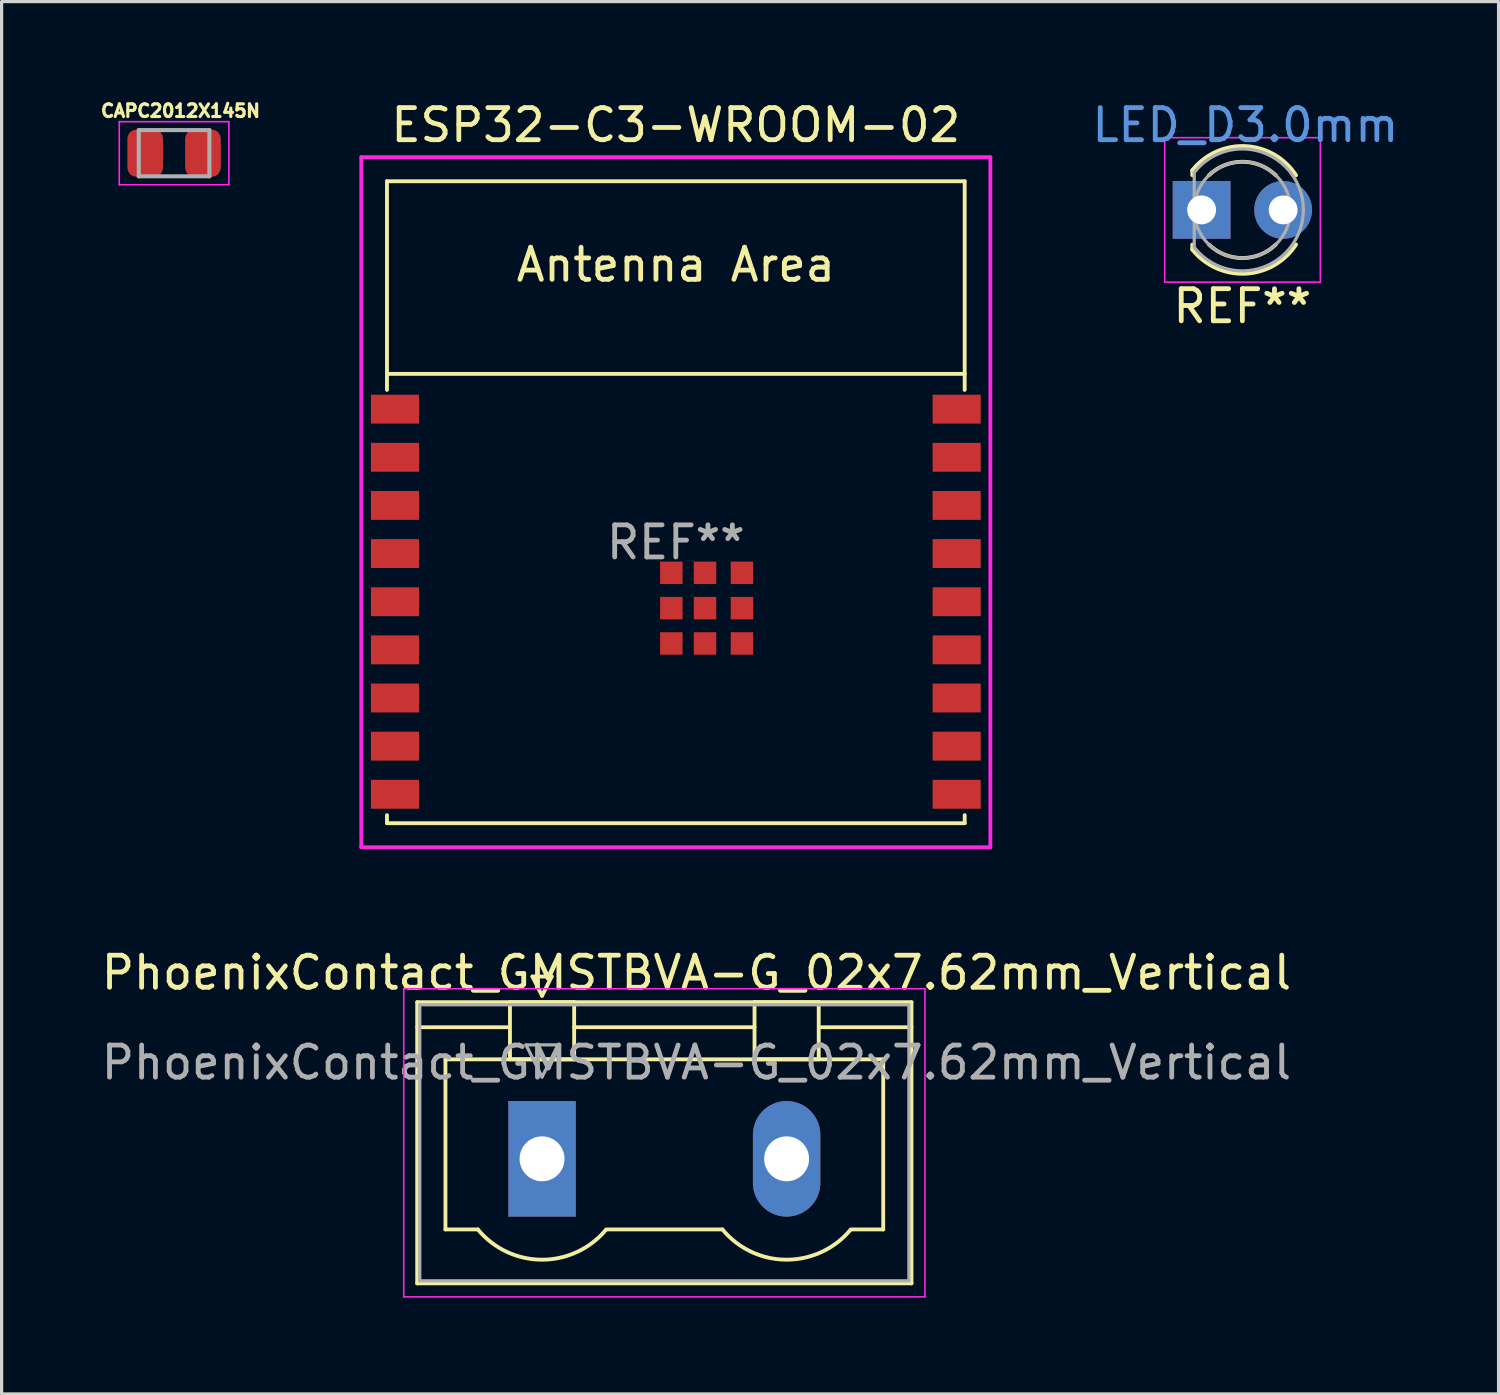
<source format=kicad_pcb>
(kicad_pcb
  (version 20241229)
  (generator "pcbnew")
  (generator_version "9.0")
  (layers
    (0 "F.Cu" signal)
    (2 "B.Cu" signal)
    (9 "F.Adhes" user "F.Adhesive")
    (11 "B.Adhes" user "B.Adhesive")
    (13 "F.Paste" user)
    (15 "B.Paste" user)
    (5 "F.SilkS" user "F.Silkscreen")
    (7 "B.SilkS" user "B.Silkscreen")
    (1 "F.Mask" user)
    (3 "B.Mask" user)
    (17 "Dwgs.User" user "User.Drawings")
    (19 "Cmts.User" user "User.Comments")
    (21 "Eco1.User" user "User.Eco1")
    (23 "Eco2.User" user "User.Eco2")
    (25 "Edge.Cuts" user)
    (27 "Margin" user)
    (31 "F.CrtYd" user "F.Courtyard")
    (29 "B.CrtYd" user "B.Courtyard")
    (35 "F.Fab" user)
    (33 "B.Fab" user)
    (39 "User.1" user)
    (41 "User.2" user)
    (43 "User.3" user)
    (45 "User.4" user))
  (footprint "PhoenixContact_GMSTBVA-G_02x7.62mm_Vertical"
    (layer "F.Cu")
    (at 13.839 33.056)
    (property "Reference" "PhoenixContact_GMSTBVA-G_02x7.62mm_Vertical" (at 4.81 -5.8 0) (layer "F.SilkS") (effects (font (size 1 1) (thickness 0.15))))
    (attr through_hole)
    (fp_line (start -3.89 -4.88) (end -3.89 3.88) (stroke (width 0.12) (type solid)) (layer "F.SilkS"))
    (fp_line (start -3.89 -4.1) (end -1.08 -4.1) (stroke (width 0.12) (type solid)) (layer "F.SilkS"))
    (fp_line (start -3.89 3.88) (end 11.51 3.88) (stroke (width 0.12) (type solid)) (layer "F.SilkS"))
    (fp_line (start -3.01 -3.1) (end 10.63 -3.1) (stroke (width 0.12) (type solid)) (layer "F.SilkS"))
    (fp_line (start -3.01 2.2) (end -3.01 -3.1) (stroke (width 0.12) (type solid)) (layer "F.SilkS"))
    (fp_line (start -2 2.2) (end -3.01 2.2) (stroke (width 0.12) (type solid)) (layer "F.SilkS"))
    (fp_line (start -1 -4.88) (end 1 -4.88) (stroke (width 0.12) (type solid)) (layer "F.SilkS"))
    (fp_line (start -1 -3.1) (end -1 -4.88) (stroke (width 0.12) (type solid)) (layer "F.SilkS"))
    (fp_line (start -0.3 -5.68) (end 0.3 -5.68) (stroke (width 0.12) (type solid)) (layer "F.SilkS"))
    (fp_line (start 0 -5.08) (end -0.3 -5.68) (stroke (width 0.12) (type solid)) (layer "F.SilkS"))
    (fp_line (start 0.3 -5.68) (end 0 -5.08) (stroke (width 0.12) (type solid)) (layer "F.SilkS"))
    (fp_line (start 1 -4.88) (end 1 -3.1) (stroke (width 0.12) (type solid)) (layer "F.SilkS"))
    (fp_line (start 1 -4.1) (end 6.62 -4.1) (stroke (width 0.12) (type solid)) (layer "F.SilkS"))
    (fp_line (start 1 -3.1) (end -1 -3.1) (stroke (width 0.12) (type solid)) (layer "F.SilkS"))
    (fp_line (start 2 2.2) (end 5.62 2.2) (stroke (width 0.12) (type solid)) (layer "F.SilkS"))
    (fp_line (start 6.62 -4.88) (end 8.62 -4.88) (stroke (width 0.12) (type solid)) (layer "F.SilkS"))
    (fp_line (start 6.62 -3.1) (end 6.62 -4.88) (stroke (width 0.12) (type solid)) (layer "F.SilkS"))
    (fp_line (start 8.62 -4.88) (end 8.62 -3.1) (stroke (width 0.12) (type solid)) (layer "F.SilkS"))
    (fp_line (start 8.62 -3.1) (end 6.62 -3.1) (stroke (width 0.12) (type solid)) (layer "F.SilkS"))
    (fp_line (start 10.63 -3.1) (end 10.63 2.2) (stroke (width 0.12) (type solid)) (layer "F.SilkS"))
    (fp_line (start 10.63 2.2) (end 9.62 2.2) (stroke (width 0.12) (type solid)) (layer "F.SilkS"))
    (fp_line (start 11.51 -4.88) (end -3.89 -4.88) (stroke (width 0.12) (type solid)) (layer "F.SilkS"))
    (fp_line (start 11.51 -4.1) (end 8.7 -4.1) (stroke (width 0.12) (type solid)) (layer "F.SilkS"))
    (fp_line (start 11.51 3.88) (end 11.51 -4.88) (stroke (width 0.12) (type solid)) (layer "F.SilkS"))
    (fp_arc (start 1.986842 2.215821) (mid -0.010289 3.142758) (end -2 2.2) (stroke (width 0.12) (type solid)) (layer "F.SilkS"))
    (fp_arc (start 9.606842 2.215821) (mid 7.609711 3.142758) (end 5.62 2.2) (stroke (width 0.12) (type solid)) (layer "F.SilkS"))
    (fp_line (start -4.31 -5.3) (end -4.31 4.3) (stroke (width 0.05) (type solid)) (layer "F.CrtYd"))
    (fp_line (start -4.31 4.3) (end 11.93 4.3) (stroke (width 0.05) (type solid)) (layer "F.CrtYd"))
    (fp_line (start 11.93 -5.3) (end -4.31 -5.3) (stroke (width 0.05) (type solid)) (layer "F.CrtYd"))
    (fp_line (start 11.93 4.3) (end 11.93 -5.3) (stroke (width 0.05) (type solid)) (layer "F.CrtYd"))
    (fp_line (start -3.81 -4.8) (end -3.81 3.8) (stroke (width 0.1) (type solid)) (layer "F.Fab"))
    (fp_line (start -3.81 3.8) (end 11.43 3.8) (stroke (width 0.1) (type solid)) (layer "F.Fab"))
    (fp_line (start -0.5 -3.55) (end 0.5 -3.55) (stroke (width 0.1) (type solid)) (layer "F.Fab"))
    (fp_line (start 0 -2.55) (end -0.5 -3.55) (stroke (width 0.1) (type solid)) (layer "F.Fab"))
    (fp_line (start 0.5 -3.55) (end 0 -2.55) (stroke (width 0.1) (type solid)) (layer "F.Fab"))
    (fp_line (start 11.43 -4.8) (end -3.81 -4.8) (stroke (width 0.1) (type solid)) (layer "F.Fab"))
    (fp_line (start 11.43 3.8) (end 11.43 -4.8) (stroke (width 0.1) (type solid)) (layer "F.Fab"))
    (fp_text user "${REFERENCE}" (at 4.81 -3 0) (layer "F.Fab") (effects (font (size 1 1) (thickness 0.15))))
    (pad "1" thru_hole rect (at 0 0) (size 2.1 3.6) (drill 1.4) (layers "*.Cu" "*.Mask"))
    (pad "2" thru_hole oval (at 7.62 0) (size 2.1 3.6) (drill 1.4) (layers "*.Cu" "*.Mask")))
  (footprint "ESP32-C3-WROOM-02"
    (layer "F.Cu")
    (at 18.007 13.848)
    (property "Reference" "ESP32-C3-WROOM-02" (at 0 -13 0) (layer "F.SilkS") (effects (font (size 1 1) (thickness 0.15))))
    (attr smd)
    (fp_line (start -9 -11.25) (end -9 -4.75) (stroke (width 0.12) (type solid)) (layer "F.SilkS"))
    (fp_line (start -9 -11.25) (end 9 -11.25) (stroke (width 0.12) (type solid)) (layer "F.SilkS"))
    (fp_line (start -9 8.75) (end -9 8.5) (stroke (width 0.12) (type solid)) (layer "F.SilkS"))
    (fp_line (start 9 -11.25) (end 9 -4.75) (stroke (width 0.12) (type solid)) (layer "F.SilkS"))
    (fp_line (start 9 -5.25) (end -8.95 -5.25) (stroke (width 0.12) (type solid)) (layer "F.SilkS"))
    (fp_line (start 9 8.5) (end 9 8.75) (stroke (width 0.12) (type solid)) (layer "F.SilkS"))
    (fp_line (start 9 8.75) (end -9 8.75) (stroke (width 0.12) (type solid)) (layer "F.SilkS"))
    (fp_line (start -9 -11.25) (end 9 -11.25) (stroke (width 0.12) (type solid)) (layer "Eco2.User"))
    (fp_line (start -9 -5.25) (end 9 -5.25) (stroke (width 0.12) (type solid)) (layer "Eco2.User"))
    (fp_line (start -9 8.75) (end -9 -11.25) (stroke (width 0.12) (type solid)) (layer "Eco2.User"))
    (fp_line (start 9 -11.25) (end 9 8.75) (stroke (width 0.12) (type solid)) (layer "Eco2.User"))
    (fp_line (start 9 8.75) (end -9 8.75) (stroke (width 0.12) (type solid)) (layer "Eco2.User"))
    (fp_line (start -9.8 -12) (end -9.8 9.5) (stroke (width 0.12) (type solid)) (layer "F.CrtYd"))
    (fp_line (start 9.8 -12) (end -9.8 -12) (stroke (width 0.12) (type solid)) (layer "F.CrtYd"))
    (fp_line (start 9.8 9.5) (end -9.8 9.5) (stroke (width 0.12) (type solid)) (layer "F.CrtYd"))
    (fp_line (start 9.8 9.5) (end 9.8 -12) (stroke (width 0.12) (type solid)) (layer "F.CrtYd"))
    (fp_text user "Antenna Area" (at 0 -8.65 0) (layer "F.SilkS") (effects (font (size 1 1) (thickness 0.15))))
    (fp_text user "Antenna Area" (at 0 -8.65 0) (layer "Eco2.User") (effects (font (size 1 1) (thickness 0.15))))
    (fp_text user "REF**" (at 0 0 0) (layer "F.Fab") (effects (font (size 1 1) (thickness 0.15))))
    (pad "1" smd rect (at -8.75 -4.15) (size 1.5 0.9) (layers "F.Cu" "F.Mask" "F.Paste"))
    (pad "2" smd rect (at -8.75 -2.65) (size 1.5 0.9) (layers "F.Cu" "F.Mask" "F.Paste"))
    (pad "3" smd rect (at -8.75 -1.15) (size 1.5 0.9) (layers "F.Cu" "F.Mask" "F.Paste"))
    (pad "4" smd rect (at -8.75 0.35) (size 1.5 0.9) (layers "F.Cu" "F.Mask" "F.Paste"))
    (pad "5" smd rect (at -8.75 1.85) (size 1.5 0.9) (layers "F.Cu" "F.Mask" "F.Paste"))
    (pad "6" smd rect (at -8.75 3.35) (size 1.5 0.9) (layers "F.Cu" "F.Mask" "F.Paste"))
    (pad "7" smd rect (at -8.75 4.85) (size 1.5 0.9) (layers "F.Cu" "F.Mask" "F.Paste"))
    (pad "8" smd rect (at -8.75 6.35) (size 1.5 0.9) (layers "F.Cu" "F.Mask" "F.Paste"))
    (pad "9" smd rect (at -8.75 7.85) (size 1.5 0.9) (layers "F.Cu" "F.Mask" "F.Paste"))
    (pad "10" smd rect (at 8.75 7.85 180) (size 1.5 0.9) (layers "F.Cu" "F.Mask" "F.Paste"))
    (pad "11" smd rect (at 8.75 6.35 180) (size 1.5 0.9) (layers "F.Cu" "F.Mask" "F.Paste"))
    (pad "12" smd rect (at 8.75 4.85 180) (size 1.5 0.9) (layers "F.Cu" "F.Mask" "F.Paste"))
    (pad "13" smd rect (at 8.75 3.35 180) (size 1.5 0.9) (layers "F.Cu" "F.Mask" "F.Paste"))
    (pad "14" smd rect (at 8.75 1.85 180) (size 1.5 0.9) (layers "F.Cu" "F.Mask" "F.Paste"))
    (pad "15" smd rect (at 8.75 0.35 180) (size 1.5 0.9) (layers "F.Cu" "F.Mask" "F.Paste"))
    (pad "16" smd rect (at 8.75 -1.15 180) (size 1.5 0.9) (layers "F.Cu" "F.Mask" "F.Paste"))
    (pad "17" smd rect (at 8.75 -2.65 180) (size 1.5 0.9) (layers "F.Cu" "F.Mask" "F.Paste"))
    (pad "18" smd rect (at 8.75 -4.15 180) (size 1.5 0.9) (layers "F.Cu" "F.Mask" "F.Paste"))
    (pad "19" smd rect (at -0.14 0.95 180) (size 0.7 0.7) (layers "F.Cu" "F.Mask" "F.Paste"))
    (pad "19" smd rect (at -0.14 2.05 180) (size 0.7 0.7) (layers "F.Cu" "F.Mask" "F.Paste"))
    (pad "19" smd rect (at -0.14 3.15 180) (size 0.7 0.7) (layers "F.Cu" "F.Mask" "F.Paste"))
    (pad "19" smd rect (at 0.91 0.95 180) (size 0.7 0.7) (layers "F.Cu" "F.Mask" "F.Paste"))
    (pad "19" smd rect (at 0.91 2.05 180) (size 0.7 0.7) (layers "F.Cu" "F.Mask" "F.Paste"))
    (pad "19" smd rect (at 0.91 3.15 180) (size 0.7 0.7) (layers "F.Cu" "F.Mask" "F.Paste"))
    (pad "19" smd rect (at 2.06 0.95 180) (size 0.7 0.7) (layers "F.Cu" "F.Mask" "F.Paste"))
    (pad "19" smd rect (at 2.06 2.05 180) (size 0.7 0.7) (layers "F.Cu" "F.Mask" "F.Paste"))
    (pad "19" smd rect (at 2.06 3.15 180) (size 0.7 0.7) (layers "F.Cu" "F.Mask" "F.Paste")))
  (footprint "CAPC2012X145N"
    (layer "F.Cu")
    (at 2.374 1.723)
    (property "Reference" "CAPC2012X145N" (at 0.2 -1.32 0) (layer "F.SilkS") (effects (font (size 0.394 0.394) (thickness 0.098))))
    (attr through_hole)
    (fp_line (start -1.708 -0.983) (end 1.708 -0.983) (stroke (width 0.05) (type solid)) (layer "F.CrtYd"))
    (fp_line (start -1.708 0.983) (end -1.708 -0.983) (stroke (width 0.05) (type solid)) (layer "F.CrtYd"))
    (fp_line (start -1.708 0.983) (end 1.708 0.983) (stroke (width 0.05) (type solid)) (layer "F.CrtYd"))
    (fp_line (start 1.708 0.983) (end 1.708 -0.983) (stroke (width 0.05) (type solid)) (layer "F.CrtYd"))
    (fp_line (start -1.1 0.72) (end -1.1 -0.72) (stroke (width 0.127) (type solid)) (layer "F.Fab"))
    (fp_line (start 1.1 -0.72) (end -1.1 -0.72) (stroke (width 0.127) (type solid)) (layer "F.Fab"))
    (fp_line (start 1.1 0.72) (end -1.1 0.72) (stroke (width 0.127) (type solid)) (layer "F.Fab"))
    (fp_line (start 1.1 0.72) (end 1.1 -0.72) (stroke (width 0.127) (type solid)) (layer "F.Fab"))
    (pad "1" smd roundrect (at -0.9 0) (size 1.11 1.47) (layers "F.Cu" "F.Mask" "F.Paste") (roundrect_rratio 0.25))
    (pad "2" smd roundrect (at 0.9 0) (size 1.11 1.47) (layers "F.Cu" "F.Mask" "F.Paste") (roundrect_rratio 0.25)))
  (footprint "LED_D3.0mm"
    (layer "F.Cu")
    (at 34.389 3.49)
    (property "Reference" "LED_D3.0mm" (at 1.365 -2.642 0) (layer "Cmts.User") (effects (font (size 1 1) (thickness 0.15))))
    (attr through_hole)
    (fp_line (start -0.29 -1.236) (end -0.29 -1.08) (stroke (width 0.12) (type solid)) (layer "F.SilkS"))
    (fp_line (start -0.29 1.08) (end -0.29 1.236) (stroke (width 0.12) (type solid)) (layer "F.SilkS"))
    (fp_arc (start -0.29 -1.235516) (mid 1.366487 -1.987659) (end 2.942335 -1.078608) (stroke (width 0.12) (type solid)) (layer "F.SilkS"))
    (fp_arc (start 0.229039 -1.08) (mid 1.270117 -1.5) (end 2.31113 -1.079837) (stroke (width 0.12) (type solid)) (layer "F.SilkS"))
    (fp_arc (start 2.31113 1.079837) (mid 1.270117 1.5) (end 0.229039 1.08) (stroke (width 0.12) (type solid)) (layer "F.SilkS"))
    (fp_arc (start 2.942335 1.078608) (mid 1.366487 1.987659) (end -0.29 1.235516) (stroke (width 0.12) (type solid)) (layer "F.SilkS"))
    (fp_line (start -1.15 -2.25) (end -1.15 2.25) (stroke (width 0.05) (type solid)) (layer "F.CrtYd"))
    (fp_line (start -1.15 2.25) (end 3.7 2.25) (stroke (width 0.05) (type solid)) (layer "F.CrtYd"))
    (fp_line (start 3.7 -2.25) (end -1.15 -2.25) (stroke (width 0.05) (type solid)) (layer "F.CrtYd"))
    (fp_line (start 3.7 2.25) (end 3.7 -2.25) (stroke (width 0.05) (type solid)) (layer "F.CrtYd"))
    (fp_line (start -0.23 -1.166) (end -0.23 1.166) (stroke (width 0.1) (type solid)) (layer "F.Fab"))
    (fp_arc (start -0.23 -1.16619) (mid 3.17 0.000452) (end -0.230555 1.165476) (stroke (width 0.1) (type solid)) (layer "F.Fab"))
    (fp_circle (center 1.27 0) (end 2.77 0) (stroke (width 0.1) (type solid)) (fill no) (layer "F.Fab"))
    (fp_text user "REF**" (at 1.27 3 0) (layer "F.SilkS") (effects (font (size 1 1) (thickness 0.15))))
    (pad "A" thru_hole circle (at 2.54 0) (size 1.8 1.8) (drill 0.9) (layers "*.Cu" "*.Mask"))
    (pad "C" thru_hole rect (at 0 0) (size 1.8 1.8) (drill 0.9) (layers "*.Cu" "*.Mask")))
  (gr_rect
    (start -3 -3)
    (end 43.641 40.382)
    (stroke (width 0.1) (type default))
    (fill no)
    (layer "Edge.Cuts")))
</source>
